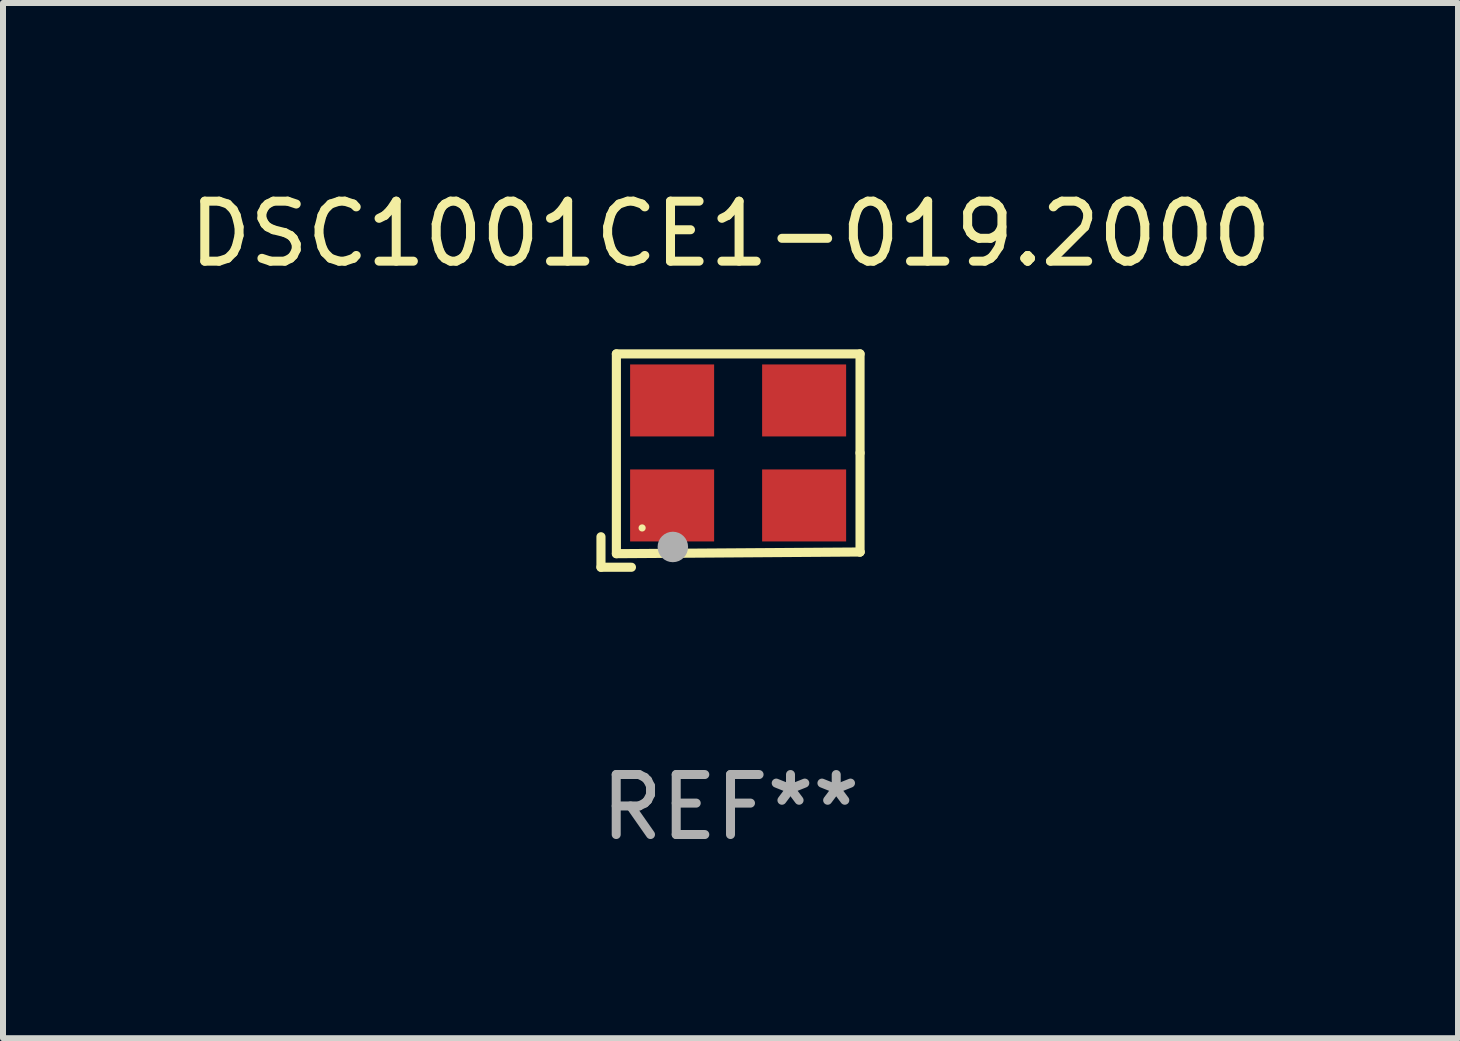
<source format=kicad_pcb>
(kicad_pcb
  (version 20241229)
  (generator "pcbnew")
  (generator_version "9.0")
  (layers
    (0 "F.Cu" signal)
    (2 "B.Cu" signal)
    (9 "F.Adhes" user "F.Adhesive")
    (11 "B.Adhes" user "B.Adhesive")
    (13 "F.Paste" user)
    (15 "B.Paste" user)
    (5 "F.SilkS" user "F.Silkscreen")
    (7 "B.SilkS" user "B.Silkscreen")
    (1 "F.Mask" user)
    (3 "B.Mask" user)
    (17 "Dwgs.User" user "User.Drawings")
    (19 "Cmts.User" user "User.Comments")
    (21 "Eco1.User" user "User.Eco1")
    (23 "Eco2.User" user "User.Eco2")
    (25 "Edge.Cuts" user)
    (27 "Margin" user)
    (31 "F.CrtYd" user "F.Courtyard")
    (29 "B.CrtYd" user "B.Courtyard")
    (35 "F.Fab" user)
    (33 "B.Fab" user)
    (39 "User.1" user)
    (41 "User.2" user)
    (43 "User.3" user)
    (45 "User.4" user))
  (footprint "DSC1001CE1-019.2000"
    (layer "F.Cu")
    (at 9.125 4.626)
    (property "Reference" "DSC1001CE1-019.2000" (at 0 -3.778 0) (layer "F.SilkS") (effects (font (size 1 1) (thickness 0.15))))
    (attr through_hole)
    (fp_line (start -2.159 1.27) (end -2.159 1.778) (stroke (width 0.152) (type solid)) (layer "F.SilkS"))
    (fp_line (start -2.159 1.778) (end -1.651 1.778) (stroke (width 0.152) (type solid)) (layer "F.SilkS"))
    (fp_line (start -1.902 -1.778) (end 2.159 -1.778) (stroke (width 0.152) (type solid)) (layer "F.SilkS"))
    (fp_line (start -1.902 1.552) (end -1.902 -1.778) (stroke (width 0.152) (type solid)) (layer "F.SilkS"))
    (fp_line (start 2.159 -1.778) (end 2.159 -0.127) (stroke (width 0.152) (type solid)) (layer "F.SilkS"))
    (fp_line (start 2.159 -0.127) (end 2.159 1.524) (stroke (width 0.152) (type solid)) (layer "F.SilkS"))
    (fp_line (start 2.159 1.524) (end -1.902 1.552) (stroke (width 0.152) (type solid)) (layer "F.SilkS"))
    (fp_line (start 2.159 1.524) (end 2.159 1.524) (stroke (width 0.152) (type solid)) (layer "F.SilkS"))
    (fp_circle (center -1.473 1.123) (end -1.443 1.123) (stroke (width 0.06) (type solid)) (fill no) (layer "F.SilkS"))
    (fp_circle (center -0.961 1.44) (end -0.834 1.44) (stroke (width 0.254) (type solid)) (fill no) (layer "F.Fab"))
    (fp_text user "REF**" (at 0 5.778 0) (layer "F.Fab") (effects (font (size 1 1) (thickness 0.15))))
    (pad "1" smd rect (at -0.973 0.748) (size 1.4 1.2) (layers "F.Cu" "F.Mask" "F.Paste"))
    (pad "2" smd rect (at 1.227 0.748) (size 1.4 1.2) (layers "F.Cu" "F.Mask" "F.Paste"))
    (pad "3" smd rect (at 1.227 -1.002) (size 1.4 1.2) (layers "F.Cu" "F.Mask" "F.Paste"))
    (pad "4" smd rect (at -0.973 -1.002) (size 1.4 1.2) (layers "F.Cu" "F.Mask" "F.Paste")))
  (gr_rect
    (start -3 -3)
    (end 21.25 14.253)
    (stroke (width 0.1) (type default))
    (fill no)
    (layer "Edge.Cuts")))
</source>
